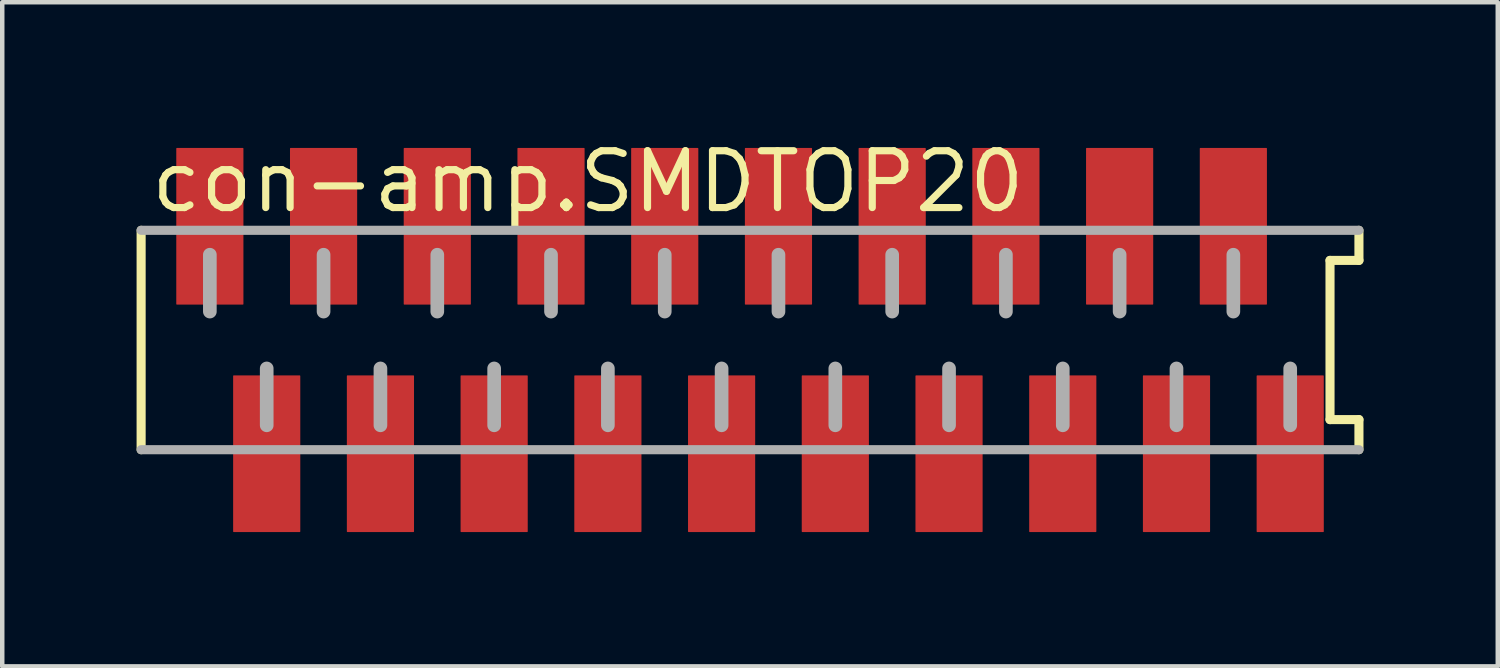
<source format=kicad_pcb>
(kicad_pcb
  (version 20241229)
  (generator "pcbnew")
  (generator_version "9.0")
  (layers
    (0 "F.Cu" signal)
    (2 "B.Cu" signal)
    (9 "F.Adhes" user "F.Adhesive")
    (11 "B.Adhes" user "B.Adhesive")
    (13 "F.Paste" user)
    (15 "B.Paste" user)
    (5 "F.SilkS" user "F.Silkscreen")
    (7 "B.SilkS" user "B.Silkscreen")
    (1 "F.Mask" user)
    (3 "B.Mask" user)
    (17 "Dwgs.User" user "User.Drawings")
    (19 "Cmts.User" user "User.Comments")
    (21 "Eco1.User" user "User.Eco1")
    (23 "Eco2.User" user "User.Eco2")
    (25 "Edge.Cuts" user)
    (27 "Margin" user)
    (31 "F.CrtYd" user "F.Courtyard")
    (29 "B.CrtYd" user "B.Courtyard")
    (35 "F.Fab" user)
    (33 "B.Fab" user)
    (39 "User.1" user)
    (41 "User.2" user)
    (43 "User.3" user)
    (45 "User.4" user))
  (footprint "con-amp.SMDTOP20"
    (layer "F.Cu")
    (at 13.702 4.544)
    (property "Reference" "con-amp.SMDTOP20" (at -13.462 -2.794 0) (layer "F.SilkS") (effects (font (size 1.27 1.27) (thickness 0.16)) (justify left bottom)))
    (attr smd)
    (fp_line (start -13.6 -2.45) (end -13.6 2.45) (stroke (width 0.203) (type default)) (layer "F.SilkS"))
    (fp_line (start 12.954 -1.778) (end 13.6 -1.778) (stroke (width 0.203) (type default)) (layer "F.SilkS"))
    (fp_line (start 12.954 1.778) (end 12.954 -1.778) (stroke (width 0.203) (type default)) (layer "F.SilkS"))
    (fp_line (start 13.6 -1.778) (end 13.6 -2.45) (stroke (width 0.203) (type default)) (layer "F.SilkS"))
    (fp_line (start 13.6 1.778) (end 12.954 1.778) (stroke (width 0.203) (type default)) (layer "F.SilkS"))
    (fp_line (start 13.6 2.45) (end 13.6 1.778) (stroke (width 0.203) (type default)) (layer "F.SilkS"))
    (fp_line (start -13.6 2.45) (end 13.6 2.45) (stroke (width 0.203) (type default)) (layer "F.Fab"))
    (fp_line (start -12.065 -1.905) (end -12.065 -0.635) (stroke (width 0.305) (type default)) (layer "F.Fab"))
    (fp_line (start -10.795 0.635) (end -10.795 1.905) (stroke (width 0.305) (type default)) (layer "F.Fab"))
    (fp_line (start -9.525 -1.905) (end -9.525 -0.635) (stroke (width 0.305) (type default)) (layer "F.Fab"))
    (fp_line (start -8.255 0.635) (end -8.255 1.905) (stroke (width 0.305) (type default)) (layer "F.Fab"))
    (fp_line (start -6.985 -1.905) (end -6.985 -0.635) (stroke (width 0.305) (type default)) (layer "F.Fab"))
    (fp_line (start -5.715 0.635) (end -5.715 1.905) (stroke (width 0.305) (type default)) (layer "F.Fab"))
    (fp_line (start -4.445 -1.905) (end -4.445 -0.635) (stroke (width 0.305) (type default)) (layer "F.Fab"))
    (fp_line (start -3.175 0.635) (end -3.175 1.905) (stroke (width 0.305) (type default)) (layer "F.Fab"))
    (fp_line (start -1.905 -1.905) (end -1.905 -0.635) (stroke (width 0.305) (type default)) (layer "F.Fab"))
    (fp_line (start -0.635 0.635) (end -0.635 1.905) (stroke (width 0.305) (type default)) (layer "F.Fab"))
    (fp_line (start 0.635 -1.905) (end 0.635 -0.635) (stroke (width 0.305) (type default)) (layer "F.Fab"))
    (fp_line (start 1.905 0.635) (end 1.905 1.905) (stroke (width 0.305) (type default)) (layer "F.Fab"))
    (fp_line (start 3.175 -1.905) (end 3.175 -0.635) (stroke (width 0.305) (type default)) (layer "F.Fab"))
    (fp_line (start 4.445 0.635) (end 4.445 1.905) (stroke (width 0.305) (type default)) (layer "F.Fab"))
    (fp_line (start 5.715 -1.905) (end 5.715 -0.635) (stroke (width 0.305) (type default)) (layer "F.Fab"))
    (fp_line (start 6.985 0.635) (end 6.985 1.905) (stroke (width 0.305) (type default)) (layer "F.Fab"))
    (fp_line (start 8.255 -1.905) (end 8.255 -0.635) (stroke (width 0.305) (type default)) (layer "F.Fab"))
    (fp_line (start 9.525 0.635) (end 9.525 1.905) (stroke (width 0.305) (type default)) (layer "F.Fab"))
    (fp_line (start 10.795 -1.905) (end 10.795 -0.635) (stroke (width 0.305) (type default)) (layer "F.Fab"))
    (fp_line (start 12.065 0.635) (end 12.065 1.905) (stroke (width 0.305) (type default)) (layer "F.Fab"))
    (fp_line (start 13.6 -2.45) (end -13.6 -2.45) (stroke (width 0.203) (type default)) (layer "F.Fab"))
    (pad "1" smd roundrect (at -12.065 -2.54) (size 1.5 3.5) (layers "F.Cu" "F.Mask" "F.Paste") (roundrect_rratio 0.01))
    (pad "2" smd roundrect (at -10.795 2.54) (size 1.5 3.5) (layers "F.Cu" "F.Mask" "F.Paste") (roundrect_rratio 0.01))
    (pad "3" smd roundrect (at -9.525 -2.54) (size 1.5 3.5) (layers "F.Cu" "F.Mask" "F.Paste") (roundrect_rratio 0.01))
    (pad "4" smd roundrect (at -8.255 2.54) (size 1.5 3.5) (layers "F.Cu" "F.Mask" "F.Paste") (roundrect_rratio 0.01))
    (pad "5" smd roundrect (at -6.985 -2.54) (size 1.5 3.5) (layers "F.Cu" "F.Mask" "F.Paste") (roundrect_rratio 0.01))
    (pad "6" smd roundrect (at -5.715 2.54) (size 1.5 3.5) (layers "F.Cu" "F.Mask" "F.Paste") (roundrect_rratio 0.01))
    (pad "7" smd roundrect (at -4.445 -2.54) (size 1.5 3.5) (layers "F.Cu" "F.Mask" "F.Paste") (roundrect_rratio 0.01))
    (pad "8" smd roundrect (at -3.175 2.54) (size 1.5 3.5) (layers "F.Cu" "F.Mask" "F.Paste") (roundrect_rratio 0.01))
    (pad "9" smd roundrect (at -1.905 -2.54) (size 1.5 3.5) (layers "F.Cu" "F.Mask" "F.Paste") (roundrect_rratio 0.01))
    (pad "10" smd roundrect (at -0.635 2.54) (size 1.5 3.5) (layers "F.Cu" "F.Mask" "F.Paste") (roundrect_rratio 0.01))
    (pad "11" smd roundrect (at 0.635 -2.54) (size 1.5 3.5) (layers "F.Cu" "F.Mask" "F.Paste") (roundrect_rratio 0.01))
    (pad "12" smd roundrect (at 1.905 2.54) (size 1.5 3.5) (layers "F.Cu" "F.Mask" "F.Paste") (roundrect_rratio 0.01))
    (pad "13" smd roundrect (at 3.175 -2.54) (size 1.5 3.5) (layers "F.Cu" "F.Mask" "F.Paste") (roundrect_rratio 0.01))
    (pad "14" smd roundrect (at 4.445 2.54) (size 1.5 3.5) (layers "F.Cu" "F.Mask" "F.Paste") (roundrect_rratio 0.01))
    (pad "15" smd roundrect (at 5.715 -2.54) (size 1.5 3.5) (layers "F.Cu" "F.Mask" "F.Paste") (roundrect_rratio 0.01))
    (pad "16" smd roundrect (at 6.985 2.54) (size 1.5 3.5) (layers "F.Cu" "F.Mask" "F.Paste") (roundrect_rratio 0.01))
    (pad "17" smd roundrect (at 8.255 -2.54) (size 1.5 3.5) (layers "F.Cu" "F.Mask" "F.Paste") (roundrect_rratio 0.01))
    (pad "18" smd roundrect (at 9.525 2.54) (size 1.5 3.5) (layers "F.Cu" "F.Mask" "F.Paste") (roundrect_rratio 0.01))
    (pad "19" smd roundrect (at 10.795 -2.54) (size 1.5 3.5) (layers "F.Cu" "F.Mask" "F.Paste") (roundrect_rratio 0.01))
    (pad "20" smd roundrect (at 12.065 2.54) (size 1.5 3.5) (layers "F.Cu" "F.Mask" "F.Paste") (roundrect_rratio 0.01)))
  (gr_rect
    (start -3 -3)
    (end 30.403 11.834)
    (stroke (width 0.1) (type default))
    (fill no)
    (layer "Edge.Cuts")))
</source>
